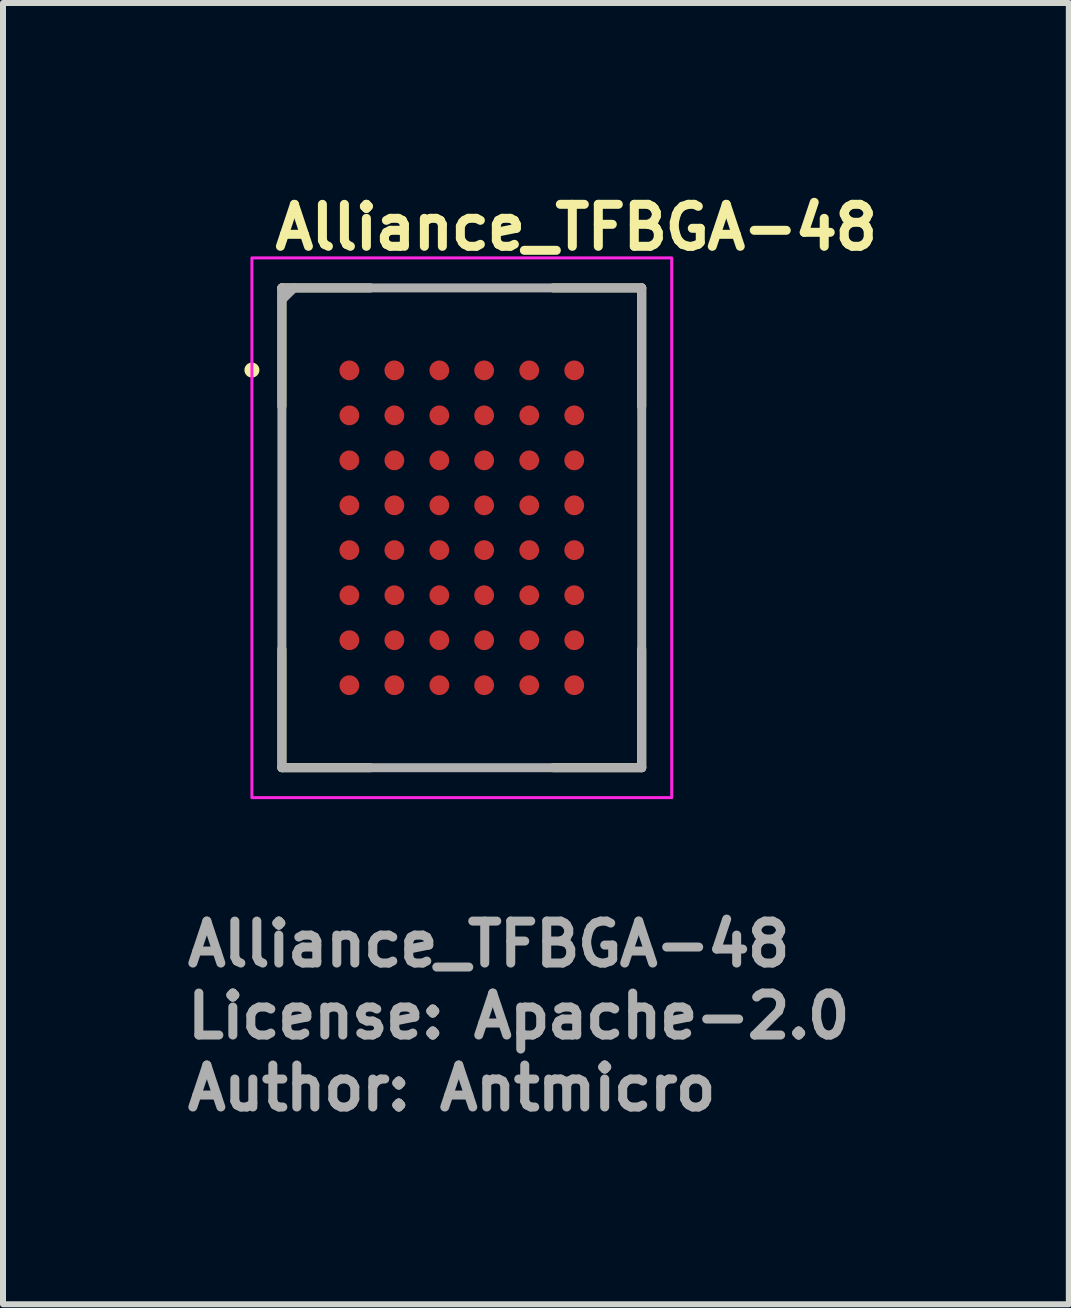
<source format=kicad_pcb>
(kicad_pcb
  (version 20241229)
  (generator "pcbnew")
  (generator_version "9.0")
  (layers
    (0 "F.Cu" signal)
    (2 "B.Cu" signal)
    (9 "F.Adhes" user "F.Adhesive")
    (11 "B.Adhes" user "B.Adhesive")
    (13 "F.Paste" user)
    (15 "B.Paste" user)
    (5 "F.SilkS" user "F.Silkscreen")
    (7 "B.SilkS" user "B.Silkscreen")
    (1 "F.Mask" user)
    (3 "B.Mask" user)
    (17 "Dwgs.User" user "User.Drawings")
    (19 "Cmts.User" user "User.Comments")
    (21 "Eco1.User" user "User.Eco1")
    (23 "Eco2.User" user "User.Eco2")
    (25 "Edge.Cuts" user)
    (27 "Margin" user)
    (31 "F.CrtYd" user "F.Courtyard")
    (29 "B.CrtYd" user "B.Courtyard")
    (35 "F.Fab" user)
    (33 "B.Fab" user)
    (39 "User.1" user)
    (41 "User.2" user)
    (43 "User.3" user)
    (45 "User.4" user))
  (footprint "Alliance_TFBGA-48"
    (layer "F.Cu")
    (at 4.65 5.75)
    (property "Reference" "Alliance_TFBGA-48" (at -3.19 -4.6 0) (layer "F.SilkS") (effects (font (size 0.7 0.7) (thickness 0.15)) (justify left bottom)))
    (attr smd)
    (fp_line (start -3 -4) (end -3 -2.025) (stroke (width 0.15) (type solid)) (layer "F.SilkS"))
    (fp_line (start -3 -4) (end -1.526 -4) (stroke (width 0.15) (type solid)) (layer "F.SilkS"))
    (fp_line (start -3 3.999) (end -3 2.023) (stroke (width 0.15) (type solid)) (layer "F.SilkS"))
    (fp_line (start -3 3.999) (end -1.526 3.999) (stroke (width 0.15) (type solid)) (layer "F.SilkS"))
    (fp_line (start 2.999 -4) (end 1.523 -4) (stroke (width 0.15) (type solid)) (layer "F.SilkS"))
    (fp_line (start 2.999 -4) (end 2.999 -2.025) (stroke (width 0.15) (type solid)) (layer "F.SilkS"))
    (fp_line (start 2.999 3.999) (end 1.523 3.999) (stroke (width 0.15) (type solid)) (layer "F.SilkS"))
    (fp_line (start 2.999 3.999) (end 2.999 2.023) (stroke (width 0.15) (type solid)) (layer "F.SilkS"))
    (fp_circle (center -3.5 -2.63) (end -3.45 -2.63) (stroke (width 0.15) (type solid)) (fill yes) (layer "F.SilkS"))
    (fp_rect (start -3.5 -4.5) (end 3.499 4.499) (stroke (width 0.05) (type solid)) (fill no) (layer "F.CrtYd"))
    (fp_line (start -3 -3.8) (end -2.8 -4) (stroke (width 0.15) (type solid)) (layer "F.Fab"))
    (fp_line (start -3 3.999) (end -3 -4) (stroke (width 0.15) (type solid)) (layer "F.Fab"))
    (fp_line (start 2.999 -4) (end -3 -4) (stroke (width 0.15) (type solid)) (layer "F.Fab"))
    (fp_line (start 2.999 3.999) (end -3 3.999) (stroke (width 0.15) (type solid)) (layer "F.Fab"))
    (fp_line (start 2.999 3.999) (end 2.999 -4) (stroke (width 0.15) (type solid)) (layer "F.Fab"))
    (fp_rect (start -3 -4) (end 2.999 3.999) (stroke (width 0.1) (type solid)) (fill no) (layer "User.5"))
    (fp_line (start -3 -3.963) (end -3 -3.962) (stroke (width 0.02) (type solid)) (layer "User.9"))
    (fp_line (start -3 -3.963) (end -3 -3.962) (stroke (width 0.02) (type solid)) (layer "User.9"))
    (fp_line (start -3 -3.962) (end -3 -3.959) (stroke (width 0.02) (type solid)) (layer "User.9"))
    (fp_line (start -3 -3.962) (end -3 -3.959) (stroke (width 0.02) (type solid)) (layer "User.9"))
    (fp_line (start -3 -3.959) (end -3 -3.956) (stroke (width 0.02) (type solid)) (layer "User.9"))
    (fp_line (start -3 -3.959) (end -3 -3.956) (stroke (width 0.02) (type solid)) (layer "User.9"))
    (fp_line (start -3 -3.956) (end -3 -3.954) (stroke (width 0.02) (type solid)) (layer "User.9"))
    (fp_line (start -3 -3.956) (end -3 -3.954) (stroke (width 0.02) (type solid)) (layer "User.9"))
    (fp_line (start -3 -3.954) (end -3 -3.951) (stroke (width 0.02) (type solid)) (layer "User.9"))
    (fp_line (start -3 -3.954) (end -3 -3.951) (stroke (width 0.02) (type solid)) (layer "User.9"))
    (fp_line (start -3 -3.951) (end -3 3.95) (stroke (width 0.02) (type solid)) (layer "User.9"))
    (fp_line (start -3 3.95) (end -3 -3.951) (stroke (width 0.02) (type solid)) (layer "User.9"))
    (fp_line (start -3 3.95) (end -3 3.951) (stroke (width 0.02) (type solid)) (layer "User.9"))
    (fp_line (start -3 3.951) (end -3 3.954) (stroke (width 0.02) (type solid)) (layer "User.9"))
    (fp_line (start -3 3.954) (end -3 3.957) (stroke (width 0.02) (type solid)) (layer "User.9"))
    (fp_line (start -3 3.957) (end -3 3.959) (stroke (width 0.02) (type solid)) (layer "User.9"))
    (fp_line (start -3 3.959) (end -3 3.962) (stroke (width 0.02) (type solid)) (layer "User.9"))
    (fp_line (start -3 3.962) (end -2.999 3.963) (stroke (width 0.02) (type solid)) (layer "User.9"))
    (fp_line (start -2.999 -3.966) (end -3 -3.963) (stroke (width 0.02) (type solid)) (layer "User.9"))
    (fp_line (start -2.999 -3.966) (end -3 -3.963) (stroke (width 0.02) (type solid)) (layer "User.9"))
    (fp_line (start -2.999 3.963) (end -2.997 3.966) (stroke (width 0.02) (type solid)) (layer "User.9"))
    (fp_line (start -2.997 -3.971) (end -2.997 -3.968) (stroke (width 0.02) (type solid)) (layer "User.9"))
    (fp_line (start -2.997 -3.971) (end -2.997 -3.968) (stroke (width 0.02) (type solid)) (layer "User.9"))
    (fp_line (start -2.997 -3.968) (end -2.999 -3.966) (stroke (width 0.02) (type solid)) (layer "User.9"))
    (fp_line (start -2.997 -3.968) (end -2.999 -3.966) (stroke (width 0.02) (type solid)) (layer "User.9"))
    (fp_line (start -2.997 3.966) (end -2.997 3.968) (stroke (width 0.02) (type solid)) (layer "User.9"))
    (fp_line (start -2.997 3.968) (end -2.996 3.971) (stroke (width 0.02) (type solid)) (layer "User.9"))
    (fp_line (start -2.996 -3.972) (end -2.997 -3.971) (stroke (width 0.02) (type solid)) (layer "User.9"))
    (fp_line (start -2.996 -3.972) (end -2.997 -3.971) (stroke (width 0.02) (type solid)) (layer "User.9"))
    (fp_line (start -2.996 3.971) (end -2.995 3.972) (stroke (width 0.02) (type solid)) (layer "User.9"))
    (fp_line (start -2.995 -3.975) (end -2.996 -3.972) (stroke (width 0.02) (type solid)) (layer "User.9"))
    (fp_line (start -2.995 -3.975) (end -2.996 -3.972) (stroke (width 0.02) (type solid)) (layer "User.9"))
    (fp_line (start -2.995 3.972) (end -2.993 3.975) (stroke (width 0.02) (type solid)) (layer "User.9"))
    (fp_line (start -2.993 -3.976) (end -2.995 -3.975) (stroke (width 0.02) (type solid)) (layer "User.9"))
    (fp_line (start -2.993 -3.976) (end -2.995 -3.975) (stroke (width 0.02) (type solid)) (layer "User.9"))
    (fp_line (start -2.993 3.975) (end -2.992 3.976) (stroke (width 0.02) (type solid)) (layer "User.9"))
    (fp_line (start -2.992 -3.98) (end -2.992 -3.979) (stroke (width 0.02) (type solid)) (layer "User.9"))
    (fp_line (start -2.992 -3.98) (end -2.992 -3.979) (stroke (width 0.02) (type solid)) (layer "User.9"))
    (fp_line (start -2.992 -3.979) (end -2.993 -3.976) (stroke (width 0.02) (type solid)) (layer "User.9"))
    (fp_line (start -2.992 -3.979) (end -2.993 -3.976) (stroke (width 0.02) (type solid)) (layer "User.9"))
    (fp_line (start -2.992 3.976) (end -2.992 3.979) (stroke (width 0.02) (type solid)) (layer "User.9"))
    (fp_line (start -2.992 3.979) (end -2.989 3.98) (stroke (width 0.02) (type solid)) (layer "User.9"))
    (fp_line (start -2.989 -3.983) (end -2.992 -3.98) (stroke (width 0.02) (type solid)) (layer "User.9"))
    (fp_line (start -2.989 -3.983) (end -2.992 -3.98) (stroke (width 0.02) (type solid)) (layer "User.9"))
    (fp_line (start -2.989 3.98) (end -2.988 3.983) (stroke (width 0.02) (type solid)) (layer "User.9"))
    (fp_line (start -2.988 -3.984) (end -2.989 -3.983) (stroke (width 0.02) (type solid)) (layer "User.9"))
    (fp_line (start -2.988 -3.984) (end -2.989 -3.983) (stroke (width 0.02) (type solid)) (layer "User.9"))
    (fp_line (start -2.988 3.983) (end -2.987 3.984) (stroke (width 0.02) (type solid)) (layer "User.9"))
    (fp_line (start -2.987 -3.987) (end -2.988 -3.984) (stroke (width 0.02) (type solid)) (layer "User.9"))
    (fp_line (start -2.987 -3.987) (end -2.988 -3.984) (stroke (width 0.02) (type solid)) (layer "User.9"))
    (fp_line (start -2.987 3.984) (end -2.984 3.987) (stroke (width 0.02) (type solid)) (layer "User.9"))
    (fp_line (start -2.984 -3.988) (end -2.987 -3.987) (stroke (width 0.02) (type solid)) (layer "User.9"))
    (fp_line (start -2.984 -3.988) (end -2.987 -3.987) (stroke (width 0.02) (type solid)) (layer "User.9"))
    (fp_line (start -2.984 3.987) (end -2.983 3.987) (stroke (width 0.02) (type solid)) (layer "User.9"))
    (fp_line (start -2.983 -3.989) (end -2.984 -3.988) (stroke (width 0.02) (type solid)) (layer "User.9"))
    (fp_line (start -2.983 -3.989) (end -2.984 -3.988) (stroke (width 0.02) (type solid)) (layer "User.9"))
    (fp_line (start -2.983 3.987) (end -2.98 3.99) (stroke (width 0.02) (type solid)) (layer "User.9"))
    (fp_line (start -2.98 -3.992) (end -2.983 -3.989) (stroke (width 0.02) (type solid)) (layer "User.9"))
    (fp_line (start -2.98 -3.992) (end -2.983 -3.989) (stroke (width 0.02) (type solid)) (layer "User.9"))
    (fp_line (start -2.98 3.99) (end -2.979 3.991) (stroke (width 0.02) (type solid)) (layer "User.9"))
    (fp_line (start -2.979 -3.992) (end -2.98 -3.992) (stroke (width 0.02) (type solid)) (layer "User.9"))
    (fp_line (start -2.979 -3.992) (end -2.98 -3.992) (stroke (width 0.02) (type solid)) (layer "User.9"))
    (fp_line (start -2.979 3.991) (end -2.976 3.991) (stroke (width 0.02) (type solid)) (layer "User.9"))
    (fp_line (start -2.976 -3.993) (end -2.979 -3.992) (stroke (width 0.02) (type solid)) (layer "User.9"))
    (fp_line (start -2.976 -3.993) (end -2.979 -3.992) (stroke (width 0.02) (type solid)) (layer "User.9"))
    (fp_line (start -2.976 3.991) (end -2.975 3.992) (stroke (width 0.02) (type solid)) (layer "User.9"))
    (fp_line (start -2.975 -3.995) (end -2.976 -3.993) (stroke (width 0.02) (type solid)) (layer "User.9"))
    (fp_line (start -2.975 -3.995) (end -2.976 -3.993) (stroke (width 0.02) (type solid)) (layer "User.9"))
    (fp_line (start -2.975 3.992) (end -2.972 3.995) (stroke (width 0.02) (type solid)) (layer "User.9"))
    (fp_line (start -2.972 -3.996) (end -2.975 -3.995) (stroke (width 0.02) (type solid)) (layer "User.9"))
    (fp_line (start -2.972 -3.996) (end -2.975 -3.995) (stroke (width 0.02) (type solid)) (layer "User.9"))
    (fp_line (start -2.972 3.995) (end -2.971 3.995) (stroke (width 0.02) (type solid)) (layer "User.9"))
    (fp_line (start -2.971 -3.997) (end -2.972 -3.996) (stroke (width 0.02) (type solid)) (layer "User.9"))
    (fp_line (start -2.971 -3.997) (end -2.972 -3.996) (stroke (width 0.02) (type solid)) (layer "User.9"))
    (fp_line (start -2.971 3.995) (end -2.968 3.995) (stroke (width 0.02) (type solid)) (layer "User.9"))
    (fp_line (start -2.968 -3.997) (end -2.971 -3.997) (stroke (width 0.02) (type solid)) (layer "User.9"))
    (fp_line (start -2.968 -3.997) (end -2.971 -3.997) (stroke (width 0.02) (type solid)) (layer "User.9"))
    (fp_line (start -2.968 3.995) (end -2.965 3.996) (stroke (width 0.02) (type solid)) (layer "User.9"))
    (fp_line (start -2.965 -3.999) (end -2.968 -3.997) (stroke (width 0.02) (type solid)) (layer "User.9"))
    (fp_line (start -2.965 -3.999) (end -2.968 -3.997) (stroke (width 0.02) (type solid)) (layer "User.9"))
    (fp_line (start -2.965 3.996) (end -2.964 3.998) (stroke (width 0.02) (type solid)) (layer "User.9"))
    (fp_line (start -2.964 -4) (end -2.965 -3.999) (stroke (width 0.02) (type solid)) (layer "User.9"))
    (fp_line (start -2.964 -4) (end -2.965 -3.999) (stroke (width 0.02) (type solid)) (layer "User.9"))
    (fp_line (start -2.964 3.998) (end -2.961 3.998) (stroke (width 0.02) (type solid)) (layer "User.9"))
    (fp_line (start -2.961 -4) (end -2.964 -4) (stroke (width 0.02) (type solid)) (layer "User.9"))
    (fp_line (start -2.961 -4) (end -2.964 -4) (stroke (width 0.02) (type solid)) (layer "User.9"))
    (fp_line (start -2.961 3.998) (end -2.959 3.999) (stroke (width 0.02) (type solid)) (layer "User.9"))
    (fp_line (start -2.959 -4) (end -2.961 -4) (stroke (width 0.02) (type solid)) (layer "User.9"))
    (fp_line (start -2.959 -4) (end -2.961 -4) (stroke (width 0.02) (type solid)) (layer "User.9"))
    (fp_line (start -2.959 3.999) (end -2.956 3.999) (stroke (width 0.02) (type solid)) (layer "User.9"))
    (fp_line (start -2.956 -4) (end -2.959 -4) (stroke (width 0.02) (type solid)) (layer "User.9"))
    (fp_line (start -2.956 -4) (end -2.959 -4) (stroke (width 0.02) (type solid)) (layer "User.9"))
    (fp_line (start -2.956 3.999) (end -2.953 3.999) (stroke (width 0.02) (type solid)) (layer "User.9"))
    (fp_line (start -2.953 -4) (end -2.956 -4) (stroke (width 0.02) (type solid)) (layer "User.9"))
    (fp_line (start -2.953 -4) (end -2.956 -4) (stroke (width 0.02) (type solid)) (layer "User.9"))
    (fp_line (start -2.953 3.999) (end -2.952 3.999) (stroke (width 0.02) (type solid)) (layer "User.9"))
    (fp_line (start -2.952 -4) (end -2.953 -4) (stroke (width 0.02) (type solid)) (layer "User.9"))
    (fp_line (start -2.952 -4) (end -2.953 -4) (stroke (width 0.02) (type solid)) (layer "User.9"))
    (fp_line (start -2.952 -4) (end 2.95 -4) (stroke (width 0.02) (type solid)) (layer "User.9"))
    (fp_line (start -2.301 -3.016) (end -2.299 -3.032) (stroke (width 0.02) (type solid)) (layer "User.9"))
    (fp_line (start -2.301 -3) (end -2.301 -3.016) (stroke (width 0.02) (type solid)) (layer "User.9"))
    (fp_line (start -2.301 -3) (end -2.301 -3) (stroke (width 0.02) (type solid)) (layer "User.9"))
    (fp_line (start -2.301 -2.985) (end -2.301 -3) (stroke (width 0.02) (type solid)) (layer "User.9"))
    (fp_line (start -2.299 -3.032) (end -2.298 -3.047) (stroke (width 0.02) (type solid)) (layer "User.9"))
    (fp_line (start -2.299 -2.971) (end -2.301 -2.985) (stroke (width 0.02) (type solid)) (layer "User.9"))
    (fp_line (start -2.298 -3.047) (end -2.294 -3.061) (stroke (width 0.02) (type solid)) (layer "User.9"))
    (fp_line (start -2.298 -2.956) (end -2.299 -2.971) (stroke (width 0.02) (type solid)) (layer "User.9"))
    (fp_line (start -2.294 -3.061) (end -2.291 -3.076) (stroke (width 0.02) (type solid)) (layer "User.9"))
    (fp_line (start -2.294 -2.94) (end -2.298 -2.956) (stroke (width 0.02) (type solid)) (layer "User.9"))
    (fp_line (start -2.291 -3.076) (end -2.287 -3.09) (stroke (width 0.02) (type solid)) (layer "User.9"))
    (fp_line (start -2.291 -2.927) (end -2.294 -2.94) (stroke (width 0.02) (type solid)) (layer "User.9"))
    (fp_line (start -2.287 -3.09) (end -2.282 -3.105) (stroke (width 0.02) (type solid)) (layer "User.9"))
    (fp_line (start -2.287 -2.911) (end -2.291 -2.927) (stroke (width 0.02) (type solid)) (layer "User.9"))
    (fp_line (start -2.282 -3.105) (end -2.278 -3.117) (stroke (width 0.02) (type solid)) (layer "User.9"))
    (fp_line (start -2.282 -2.898) (end -2.287 -2.911) (stroke (width 0.02) (type solid)) (layer "User.9"))
    (fp_line (start -2.278 -3.117) (end -2.271 -3.132) (stroke (width 0.02) (type solid)) (layer "User.9"))
    (fp_line (start -2.278 -2.884) (end -2.282 -2.898) (stroke (width 0.02) (type solid)) (layer "User.9"))
    (fp_line (start -2.271 -3.132) (end -2.265 -3.144) (stroke (width 0.02) (type solid)) (layer "User.9"))
    (fp_line (start -2.271 -2.871) (end -2.278 -2.884) (stroke (width 0.02) (type solid)) (layer "User.9"))
    (fp_line (start -2.265 -3.144) (end -2.258 -3.157) (stroke (width 0.02) (type solid)) (layer "User.9"))
    (fp_line (start -2.265 -2.859) (end -2.271 -2.871) (stroke (width 0.02) (type solid)) (layer "User.9"))
    (fp_line (start -2.258 -3.157) (end -2.25 -3.169) (stroke (width 0.02) (type solid)) (layer "User.9"))
    (fp_line (start -2.258 -2.846) (end -2.265 -2.859) (stroke (width 0.02) (type solid)) (layer "User.9"))
    (fp_line (start -2.25 -3.169) (end -2.242 -3.181) (stroke (width 0.02) (type solid)) (layer "User.9"))
    (fp_line (start -2.25 -3.017) (end -2.25 -3) (stroke (width 0.02) (type solid)) (layer "User.9"))
    (fp_line (start -2.25 -3) (end -2.25 -2.984) (stroke (width 0.02) (type solid)) (layer "User.9"))
    (fp_line (start -2.25 -2.984) (end -2.249 -2.968) (stroke (width 0.02) (type solid)) (layer "User.9"))
    (fp_line (start -2.25 -2.834) (end -2.258 -2.846) (stroke (width 0.02) (type solid)) (layer "User.9"))
    (fp_line (start -2.249 -3.033) (end -2.25 -3.017) (stroke (width 0.02) (type solid)) (layer "User.9"))
    (fp_line (start -2.249 -2.968) (end -2.246 -2.952) (stroke (width 0.02) (type solid)) (layer "User.9"))
    (fp_line (start -2.246 -3.049) (end -2.249 -3.033) (stroke (width 0.02) (type solid)) (layer "User.9"))
    (fp_line (start -2.246 -2.952) (end -2.242 -2.936) (stroke (width 0.02) (type solid)) (layer "User.9"))
    (fp_line (start -2.242 -3.181) (end -2.233 -3.192) (stroke (width 0.02) (type solid)) (layer "User.9"))
    (fp_line (start -2.242 -3.065) (end -2.246 -3.049) (stroke (width 0.02) (type solid)) (layer "User.9"))
    (fp_line (start -2.242 -2.936) (end -2.238 -2.922) (stroke (width 0.02) (type solid)) (layer "User.9"))
    (fp_line (start -2.242 -2.822) (end -2.25 -2.834) (stroke (width 0.02) (type solid)) (layer "User.9"))
    (fp_line (start -2.238 -3.081) (end -2.242 -3.065) (stroke (width 0.02) (type solid)) (layer "User.9"))
    (fp_line (start -2.238 -2.922) (end -2.233 -2.906) (stroke (width 0.02) (type solid)) (layer "User.9"))
    (fp_line (start -2.233 -3.192) (end -2.222 -3.202) (stroke (width 0.02) (type solid)) (layer "User.9"))
    (fp_line (start -2.233 -3.097) (end -2.238 -3.081) (stroke (width 0.02) (type solid)) (layer "User.9"))
    (fp_line (start -2.233 -2.906) (end -2.226 -2.891) (stroke (width 0.02) (type solid)) (layer "User.9"))
    (fp_line (start -2.233 -2.81) (end -2.242 -2.822) (stroke (width 0.02) (type solid)) (layer "User.9"))
    (fp_line (start -2.226 -3.112) (end -2.233 -3.097) (stroke (width 0.02) (type solid)) (layer "User.9"))
    (fp_line (start -2.226 -2.891) (end -2.218 -2.875) (stroke (width 0.02) (type solid)) (layer "User.9"))
    (fp_line (start -2.222 -3.202) (end -2.214 -3.214) (stroke (width 0.02) (type solid)) (layer "User.9"))
    (fp_line (start -2.222 -2.799) (end -2.233 -2.81) (stroke (width 0.02) (type solid)) (layer "User.9"))
    (fp_line (start -2.218 -3.125) (end -2.226 -3.112) (stroke (width 0.02) (type solid)) (layer "User.9"))
    (fp_line (start -2.218 -3.125) (end -2.218 -3.125) (stroke (width 0.02) (type solid)) (layer "User.9"))
    (fp_line (start -2.218 -2.875) (end -2.218 -2.875) (stroke (width 0.02) (type solid)) (layer "User.9"))
    (fp_line (start -2.218 -2.875) (end -2.214 -2.868) (stroke (width 0.02) (type solid)) (layer "User.9"))
    (fp_line (start -2.214 -3.214) (end -2.202 -3.223) (stroke (width 0.02) (type solid)) (layer "User.9"))
    (fp_line (start -2.214 -2.868) (end -2.209 -2.862) (stroke (width 0.02) (type solid)) (layer "User.9"))
    (fp_line (start -2.214 -2.789) (end -2.222 -2.799) (stroke (width 0.02) (type solid)) (layer "User.9"))
    (fp_line (start -2.209 -3.141) (end -2.218 -3.125) (stroke (width 0.02) (type solid)) (layer "User.9"))
    (fp_line (start -2.209 -2.862) (end -2.203 -2.855) (stroke (width 0.02) (type solid)) (layer "User.9"))
    (fp_line (start -2.203 -2.855) (end -2.199 -2.848) (stroke (width 0.02) (type solid)) (layer "User.9"))
    (fp_line (start -2.202 -3.223) (end -2.191 -3.233) (stroke (width 0.02) (type solid)) (layer "User.9"))
    (fp_line (start -2.202 -2.778) (end -2.214 -2.789) (stroke (width 0.02) (type solid)) (layer "User.9"))
    (fp_line (start -2.199 -3.153) (end -2.209 -3.141) (stroke (width 0.02) (type solid)) (layer "User.9"))
    (fp_line (start -2.199 -2.848) (end -2.194 -2.842) (stroke (width 0.02) (type solid)) (layer "User.9"))
    (fp_line (start -2.194 -2.842) (end -2.189 -2.835) (stroke (width 0.02) (type solid)) (layer "User.9"))
    (fp_line (start -2.191 -3.233) (end -2.181 -3.242) (stroke (width 0.02) (type solid)) (layer "User.9"))
    (fp_line (start -2.191 -2.77) (end -2.202 -2.778) (stroke (width 0.02) (type solid)) (layer "User.9"))
    (fp_line (start -2.189 -3.166) (end -2.199 -3.153) (stroke (width 0.02) (type solid)) (layer "User.9"))
    (fp_line (start -2.189 -2.835) (end -2.183 -2.83) (stroke (width 0.02) (type solid)) (layer "User.9"))
    (fp_line (start -2.183 -2.83) (end -2.178 -2.823) (stroke (width 0.02) (type solid)) (layer "User.9"))
    (fp_line (start -2.181 -3.242) (end -2.169 -3.25) (stroke (width 0.02) (type solid)) (layer "User.9"))
    (fp_line (start -2.181 -2.761) (end -2.191 -2.77) (stroke (width 0.02) (type solid)) (layer "User.9"))
    (fp_line (start -2.178 -3.178) (end -2.189 -3.166) (stroke (width 0.02) (type solid)) (layer "User.9"))
    (fp_line (start -2.178 -2.823) (end -2.172 -2.819) (stroke (width 0.02) (type solid)) (layer "User.9"))
    (fp_line (start -2.172 -2.819) (end -2.165 -2.813) (stroke (width 0.02) (type solid)) (layer "User.9"))
    (fp_line (start -2.169 -3.25) (end -2.157 -3.258) (stroke (width 0.02) (type solid)) (layer "User.9"))
    (fp_line (start -2.169 -2.753) (end -2.181 -2.761) (stroke (width 0.02) (type solid)) (layer "User.9"))
    (fp_line (start -2.165 -3.189) (end -2.178 -3.178) (stroke (width 0.02) (type solid)) (layer "User.9"))
    (fp_line (start -2.165 -2.813) (end -2.16 -2.807) (stroke (width 0.02) (type solid)) (layer "User.9"))
    (fp_line (start -2.16 -2.807) (end -2.153 -2.802) (stroke (width 0.02) (type solid)) (layer "User.9"))
    (fp_line (start -2.157 -3.258) (end -2.144 -3.265) (stroke (width 0.02) (type solid)) (layer "User.9"))
    (fp_line (start -2.157 -2.745) (end -2.169 -2.753) (stroke (width 0.02) (type solid)) (layer "User.9"))
    (fp_line (start -2.153 -3.2) (end -2.165 -3.189) (stroke (width 0.02) (type solid)) (layer "User.9"))
    (fp_line (start -2.153 -2.802) (end -2.146 -2.798) (stroke (width 0.02) (type solid)) (layer "User.9"))
    (fp_line (start -2.146 -2.798) (end -2.14 -2.794) (stroke (width 0.02) (type solid)) (layer "User.9"))
    (fp_line (start -2.144 -3.265) (end -2.132 -3.271) (stroke (width 0.02) (type solid)) (layer "User.9"))
    (fp_line (start -2.144 -2.738) (end -2.157 -2.745) (stroke (width 0.02) (type solid)) (layer "User.9"))
    (fp_line (start -2.14 -3.209) (end -2.153 -3.2) (stroke (width 0.02) (type solid)) (layer "User.9"))
    (fp_line (start -2.14 -2.794) (end -2.133 -2.789) (stroke (width 0.02) (type solid)) (layer "User.9"))
    (fp_line (start -2.133 -2.789) (end -2.125 -2.785) (stroke (width 0.02) (type solid)) (layer "User.9"))
    (fp_line (start -2.132 -3.271) (end -2.117 -3.278) (stroke (width 0.02) (type solid)) (layer "User.9"))
    (fp_line (start -2.132 -2.73) (end -2.144 -2.738) (stroke (width 0.02) (type solid)) (layer "User.9"))
    (fp_line (start -2.125 -3.218) (end -2.14 -3.209) (stroke (width 0.02) (type solid)) (layer "User.9"))
    (fp_line (start -2.125 -2.785) (end -2.118 -2.781) (stroke (width 0.02) (type solid)) (layer "User.9"))
    (fp_line (start -2.118 -2.781) (end -2.112 -2.777) (stroke (width 0.02) (type solid)) (layer "User.9"))
    (fp_line (start -2.117 -3.278) (end -2.105 -3.282) (stroke (width 0.02) (type solid)) (layer "User.9"))
    (fp_line (start -2.117 -2.725) (end -2.132 -2.73) (stroke (width 0.02) (type solid)) (layer "User.9"))
    (fp_line (start -2.112 -3.226) (end -2.125 -3.218) (stroke (width 0.02) (type solid)) (layer "User.9"))
    (fp_line (start -2.112 -2.777) (end -2.105 -2.774) (stroke (width 0.02) (type solid)) (layer "User.9"))
    (fp_line (start -2.105 -3.282) (end -2.09 -3.287) (stroke (width 0.02) (type solid)) (layer "User.9"))
    (fp_line (start -2.105 -2.774) (end -2.097 -2.77) (stroke (width 0.02) (type solid)) (layer "User.9"))
    (fp_line (start -2.105 -2.719) (end -2.117 -2.725) (stroke (width 0.02) (type solid)) (layer "User.9"))
    (fp_line (start -2.097 -3.231) (end -2.112 -3.226) (stroke (width 0.02) (type solid)) (layer "User.9"))
    (fp_line (start -2.097 -2.77) (end -2.089 -2.767) (stroke (width 0.02) (type solid)) (layer "User.9"))
    (fp_line (start -2.09 -3.287) (end -2.076 -3.291) (stroke (width 0.02) (type solid)) (layer "User.9"))
    (fp_line (start -2.09 -2.714) (end -2.105 -2.719) (stroke (width 0.02) (type solid)) (layer "User.9"))
    (fp_line (start -2.089 -2.767) (end -2.081 -2.765) (stroke (width 0.02) (type solid)) (layer "User.9"))
    (fp_line (start -2.081 -3.238) (end -2.097 -3.231) (stroke (width 0.02) (type solid)) (layer "User.9"))
    (fp_line (start -2.081 -2.765) (end -2.074 -2.762) (stroke (width 0.02) (type solid)) (layer "User.9"))
    (fp_line (start -2.076 -3.291) (end -2.061 -3.294) (stroke (width 0.02) (type solid)) (layer "User.9"))
    (fp_line (start -2.076 -2.71) (end -2.09 -2.714) (stroke (width 0.02) (type solid)) (layer "User.9"))
    (fp_line (start -2.074 -2.762) (end -2.066 -2.759) (stroke (width 0.02) (type solid)) (layer "User.9"))
    (fp_line (start -2.066 -3.242) (end -2.081 -3.238) (stroke (width 0.02) (type solid)) (layer "User.9"))
    (fp_line (start -2.066 -2.759) (end -2.058 -2.758) (stroke (width 0.02) (type solid)) (layer "User.9"))
    (fp_line (start -2.061 -3.294) (end -2.047 -3.298) (stroke (width 0.02) (type solid)) (layer "User.9"))
    (fp_line (start -2.061 -2.707) (end -2.076 -2.71) (stroke (width 0.02) (type solid)) (layer "User.9"))
    (fp_line (start -2.058 -2.758) (end -2.05 -2.755) (stroke (width 0.02) (type solid)) (layer "User.9"))
    (fp_line (start -2.05 -3.246) (end -2.066 -3.242) (stroke (width 0.02) (type solid)) (layer "User.9"))
    (fp_line (start -2.05 -2.755) (end -2.043 -2.754) (stroke (width 0.02) (type solid)) (layer "User.9"))
    (fp_line (start -2.047 -3.298) (end -2.032 -3.299) (stroke (width 0.02) (type solid)) (layer "User.9"))
    (fp_line (start -2.047 -2.705) (end -2.061 -2.707) (stroke (width 0.02) (type solid)) (layer "User.9"))
    (fp_line (start -2.043 -2.754) (end -2.035 -2.754) (stroke (width 0.02) (type solid)) (layer "User.9"))
    (fp_line (start -2.035 -3.249) (end -2.05 -3.246) (stroke (width 0.02) (type solid)) (layer "User.9"))
    (fp_line (start -2.035 -2.754) (end -2.025 -2.753) (stroke (width 0.02) (type solid)) (layer "User.9"))
    (fp_line (start -2.032 -3.299) (end -2.016 -3.301) (stroke (width 0.02) (type solid)) (layer "User.9"))
    (fp_line (start -2.032 -2.702) (end -2.047 -2.705) (stroke (width 0.02) (type solid)) (layer "User.9"))
    (fp_line (start -2.025 -2.753) (end -2.017 -2.751) (stroke (width 0.02) (type solid)) (layer "User.9"))
    (fp_line (start -2.017 -3.25) (end -2.035 -3.249) (stroke (width 0.02) (type solid)) (layer "User.9"))
    (fp_line (start -2.017 -2.751) (end -2.009 -2.751) (stroke (width 0.02) (type solid)) (layer "User.9"))
    (fp_line (start -2.016 -3.301) (end -2.001 -3.301) (stroke (width 0.02) (type solid)) (layer "User.9"))
    (fp_line (start -2.016 -2.702) (end -2.032 -2.702) (stroke (width 0.02) (type solid)) (layer "User.9"))
    (fp_line (start -2.009 -2.751) (end -2 -2.75) (stroke (width 0.02) (type solid)) (layer "User.9"))
    (fp_line (start -2 -3.301) (end -1.986 -3.301) (stroke (width 0.02) (type solid)) (layer "User.9"))
    (fp_line (start -2 -3.25) (end -2.017 -3.25) (stroke (width 0.02) (type solid)) (layer "User.9"))
    (fp_line (start -2 -2.75) (end -1.984 -2.751) (stroke (width 0.02) (type solid)) (layer "User.9"))
    (fp_line (start -2 -2.702) (end -2.016 -2.702) (stroke (width 0.02) (type solid)) (layer "User.9"))
    (fp_line (start -1.992 -3.25) (end -2 -3.25) (stroke (width 0.02) (type solid)) (layer "User.9"))
    (fp_line (start -1.986 -3.301) (end -1.97 -3.299) (stroke (width 0.02) (type solid)) (layer "User.9"))
    (fp_line (start -1.986 -2.702) (end -2 -2.702) (stroke (width 0.02) (type solid)) (layer "User.9"))
    (fp_line (start -1.984 -3.25) (end -1.992 -3.25) (stroke (width 0.02) (type solid)) (layer "User.9"))
    (fp_line (start -1.984 -2.751) (end -1.968 -2.754) (stroke (width 0.02) (type solid)) (layer "User.9"))
    (fp_line (start -1.976 -3.25) (end -1.984 -3.25) (stroke (width 0.02) (type solid)) (layer "User.9"))
    (fp_line (start -1.97 -3.299) (end -1.956 -3.298) (stroke (width 0.02) (type solid)) (layer "User.9"))
    (fp_line (start -1.97 -2.702) (end -1.986 -2.702) (stroke (width 0.02) (type solid)) (layer "User.9"))
    (fp_line (start -1.968 -3.249) (end -1.976 -3.25) (stroke (width 0.02) (type solid)) (layer "User.9"))
    (fp_line (start -1.968 -2.754) (end -1.952 -2.755) (stroke (width 0.02) (type solid)) (layer "User.9"))
    (fp_line (start -1.96 -3.247) (end -1.968 -3.249) (stroke (width 0.02) (type solid)) (layer "User.9"))
    (fp_line (start -1.956 -3.298) (end -1.94 -3.294) (stroke (width 0.02) (type solid)) (layer "User.9"))
    (fp_line (start -1.956 -2.705) (end -1.97 -2.702) (stroke (width 0.02) (type solid)) (layer "User.9"))
    (fp_line (start -1.952 -3.246) (end -1.96 -3.247) (stroke (width 0.02) (type solid)) (layer "User.9"))
    (fp_line (start -1.952 -2.755) (end -1.936 -2.759) (stroke (width 0.02) (type solid)) (layer "User.9"))
    (fp_line (start -1.944 -3.245) (end -1.952 -3.246) (stroke (width 0.02) (type solid)) (layer "User.9"))
    (fp_line (start -1.94 -3.294) (end -1.926 -3.291) (stroke (width 0.02) (type solid)) (layer "User.9"))
    (fp_line (start -1.94 -2.707) (end -1.956 -2.705) (stroke (width 0.02) (type solid)) (layer "User.9"))
    (fp_line (start -1.936 -3.242) (end -1.944 -3.245) (stroke (width 0.02) (type solid)) (layer "User.9"))
    (fp_line (start -1.936 -2.759) (end -1.92 -2.765) (stroke (width 0.02) (type solid)) (layer "User.9"))
    (fp_line (start -1.928 -3.241) (end -1.936 -3.242) (stroke (width 0.02) (type solid)) (layer "User.9"))
    (fp_line (start -1.926 -3.291) (end -1.911 -3.287) (stroke (width 0.02) (type solid)) (layer "User.9"))
    (fp_line (start -1.926 -2.71) (end -1.94 -2.707) (stroke (width 0.02) (type solid)) (layer "User.9"))
    (fp_line (start -1.92 -3.238) (end -1.928 -3.241) (stroke (width 0.02) (type solid)) (layer "User.9"))
    (fp_line (start -1.92 -2.765) (end -1.905 -2.77) (stroke (width 0.02) (type solid)) (layer "User.9"))
    (fp_line (start -1.913 -3.234) (end -1.92 -3.238) (stroke (width 0.02) (type solid)) (layer "User.9"))
    (fp_line (start -1.911 -3.287) (end -1.897 -3.282) (stroke (width 0.02) (type solid)) (layer "User.9"))
    (fp_line (start -1.911 -2.714) (end -1.926 -2.71) (stroke (width 0.02) (type solid)) (layer "User.9"))
    (fp_line (start -1.905 -3.231) (end -1.913 -3.234) (stroke (width 0.02) (type solid)) (layer "User.9"))
    (fp_line (start -1.905 -2.77) (end -1.891 -2.777) (stroke (width 0.02) (type solid)) (layer "User.9"))
    (fp_line (start -1.897 -3.282) (end -1.885 -3.278) (stroke (width 0.02) (type solid)) (layer "User.9"))
    (fp_line (start -1.897 -3.229) (end -1.905 -3.231) (stroke (width 0.02) (type solid)) (layer "User.9"))
    (fp_line (start -1.897 -2.719) (end -1.911 -2.714) (stroke (width 0.02) (type solid)) (layer "User.9"))
    (fp_line (start -1.891 -3.226) (end -1.897 -3.229) (stroke (width 0.02) (type solid)) (layer "User.9"))
    (fp_line (start -1.891 -2.777) (end -1.875 -2.785) (stroke (width 0.02) (type solid)) (layer "User.9"))
    (fp_line (start -1.885 -3.278) (end -1.871 -3.271) (stroke (width 0.02) (type solid)) (layer "User.9"))
    (fp_line (start -1.885 -2.725) (end -1.897 -2.719) (stroke (width 0.02) (type solid)) (layer "User.9"))
    (fp_line (start -1.883 -3.222) (end -1.891 -3.226) (stroke (width 0.02) (type solid)) (layer "User.9"))
    (fp_line (start -1.875 -3.218) (end -1.883 -3.222) (stroke (width 0.02) (type solid)) (layer "User.9"))
    (fp_line (start -1.875 -2.785) (end -1.863 -2.794) (stroke (width 0.02) (type solid)) (layer "User.9"))
    (fp_line (start -1.871 -3.271) (end -1.859 -3.265) (stroke (width 0.02) (type solid)) (layer "User.9"))
    (fp_line (start -1.871 -2.73) (end -1.885 -2.725) (stroke (width 0.02) (type solid)) (layer "User.9"))
    (fp_line (start -1.869 -3.214) (end -1.875 -3.218) (stroke (width 0.02) (type solid)) (layer "User.9"))
    (fp_line (start -1.863 -3.209) (end -1.869 -3.214) (stroke (width 0.02) (type solid)) (layer "User.9"))
    (fp_line (start -1.863 -2.794) (end -1.849 -2.802) (stroke (width 0.02) (type solid)) (layer "User.9"))
    (fp_line (start -1.859 -3.265) (end -1.845 -3.258) (stroke (width 0.02) (type solid)) (layer "User.9"))
    (fp_line (start -1.859 -2.738) (end -1.871 -2.73) (stroke (width 0.02) (type solid)) (layer "User.9"))
    (fp_line (start -1.855 -3.205) (end -1.863 -3.209) (stroke (width 0.02) (type solid)) (layer "User.9"))
    (fp_line (start -1.849 -3.2) (end -1.855 -3.205) (stroke (width 0.02) (type solid)) (layer "User.9"))
    (fp_line (start -1.849 -2.802) (end -1.837 -2.813) (stroke (width 0.02) (type solid)) (layer "User.9"))
    (fp_line (start -1.845 -3.258) (end -1.833 -3.25) (stroke (width 0.02) (type solid)) (layer "User.9"))
    (fp_line (start -1.845 -2.745) (end -1.859 -2.738) (stroke (width 0.02) (type solid)) (layer "User.9"))
    (fp_line (start -1.843 -3.194) (end -1.849 -3.2) (stroke (width 0.02) (type solid)) (layer "User.9"))
    (fp_line (start -1.837 -3.189) (end -1.843 -3.194) (stroke (width 0.02) (type solid)) (layer "User.9"))
    (fp_line (start -1.837 -2.813) (end -1.825 -2.823) (stroke (width 0.02) (type solid)) (layer "User.9"))
    (fp_line (start -1.833 -3.25) (end -1.821 -3.242) (stroke (width 0.02) (type solid)) (layer "User.9"))
    (fp_line (start -1.833 -2.753) (end -1.845 -2.745) (stroke (width 0.02) (type solid)) (layer "User.9"))
    (fp_line (start -1.831 -3.184) (end -1.837 -3.189) (stroke (width 0.02) (type solid)) (layer "User.9"))
    (fp_line (start -1.825 -3.178) (end -1.831 -3.184) (stroke (width 0.02) (type solid)) (layer "User.9"))
    (fp_line (start -1.825 -2.823) (end -1.813 -2.835) (stroke (width 0.02) (type solid)) (layer "User.9"))
    (fp_line (start -1.821 -3.242) (end -1.811 -3.233) (stroke (width 0.02) (type solid)) (layer "User.9"))
    (fp_line (start -1.821 -2.761) (end -1.833 -2.753) (stroke (width 0.02) (type solid)) (layer "User.9"))
    (fp_line (start -1.819 -3.173) (end -1.825 -3.178) (stroke (width 0.02) (type solid)) (layer "User.9"))
    (fp_line (start -1.813 -3.166) (end -1.819 -3.173) (stroke (width 0.02) (type solid)) (layer "User.9"))
    (fp_line (start -1.813 -2.835) (end -1.803 -2.848) (stroke (width 0.02) (type solid)) (layer "User.9"))
    (fp_line (start -1.811 -3.233) (end -1.799 -3.223) (stroke (width 0.02) (type solid)) (layer "User.9"))
    (fp_line (start -1.811 -2.77) (end -1.821 -2.761) (stroke (width 0.02) (type solid)) (layer "User.9"))
    (fp_line (start -1.809 -3.161) (end -1.813 -3.166) (stroke (width 0.02) (type solid)) (layer "User.9"))
    (fp_line (start -1.803 -3.153) (end -1.809 -3.161) (stroke (width 0.02) (type solid)) (layer "User.9"))
    (fp_line (start -1.803 -2.848) (end -1.793 -2.862) (stroke (width 0.02) (type solid)) (layer "User.9"))
    (fp_line (start -1.799 -3.223) (end -1.788 -3.214) (stroke (width 0.02) (type solid)) (layer "User.9"))
    (fp_line (start -1.799 -3.146) (end -1.803 -3.153) (stroke (width 0.02) (type solid)) (layer "User.9"))
    (fp_line (start -1.799 -2.778) (end -1.811 -2.77) (stroke (width 0.02) (type solid)) (layer "User.9"))
    (fp_line (start -1.793 -3.141) (end -1.799 -3.146) (stroke (width 0.02) (type solid)) (layer "User.9"))
    (fp_line (start -1.793 -2.862) (end -1.784 -2.875) (stroke (width 0.02) (type solid)) (layer "User.9"))
    (fp_line (start -1.788 -3.214) (end -1.78 -3.202) (stroke (width 0.02) (type solid)) (layer "User.9"))
    (fp_line (start -1.788 -3.133) (end -1.793 -3.141) (stroke (width 0.02) (type solid)) (layer "User.9"))
    (fp_line (start -1.788 -2.789) (end -1.799 -2.778) (stroke (width 0.02) (type solid)) (layer "User.9"))
    (fp_line (start -1.784 -3.125) (end -1.788 -3.133) (stroke (width 0.02) (type solid)) (layer "User.9"))
    (fp_line (start -1.784 -3.125) (end -1.784 -3.125) (stroke (width 0.02) (type solid)) (layer "User.9"))
    (fp_line (start -1.784 -2.875) (end -1.784 -2.875) (stroke (width 0.02) (type solid)) (layer "User.9"))
    (fp_line (start -1.784 -2.875) (end -1.776 -2.891) (stroke (width 0.02) (type solid)) (layer "User.9"))
    (fp_line (start -1.78 -3.202) (end -1.77 -3.192) (stroke (width 0.02) (type solid)) (layer "User.9"))
    (fp_line (start -1.78 -2.799) (end -1.788 -2.789) (stroke (width 0.02) (type solid)) (layer "User.9"))
    (fp_line (start -1.776 -3.112) (end -1.784 -3.125) (stroke (width 0.02) (type solid)) (layer "User.9"))
    (fp_line (start -1.776 -2.891) (end -1.77 -2.906) (stroke (width 0.02) (type solid)) (layer "User.9"))
    (fp_line (start -1.77 -3.192) (end -1.76 -3.181) (stroke (width 0.02) (type solid)) (layer "User.9"))
    (fp_line (start -1.77 -3.097) (end -1.776 -3.112) (stroke (width 0.02) (type solid)) (layer "User.9"))
    (fp_line (start -1.77 -2.906) (end -1.764 -2.922) (stroke (width 0.02) (type solid)) (layer "User.9"))
    (fp_line (start -1.77 -2.81) (end -1.78 -2.799) (stroke (width 0.02) (type solid)) (layer "User.9"))
    (fp_line (start -1.764 -3.081) (end -1.77 -3.097) (stroke (width 0.02) (type solid)) (layer "User.9"))
    (fp_line (start -1.764 -2.922) (end -1.76 -2.936) (stroke (width 0.02) (type solid)) (layer "User.9"))
    (fp_line (start -1.76 -3.181) (end -1.752 -3.169) (stroke (width 0.02) (type solid)) (layer "User.9"))
    (fp_line (start -1.76 -3.065) (end -1.764 -3.081) (stroke (width 0.02) (type solid)) (layer "User.9"))
    (fp_line (start -1.76 -2.936) (end -1.756 -2.952) (stroke (width 0.02) (type solid)) (layer "User.9"))
    (fp_line (start -1.76 -2.822) (end -1.77 -2.81) (stroke (width 0.02) (type solid)) (layer "User.9"))
    (fp_line (start -1.756 -3.049) (end -1.76 -3.065) (stroke (width 0.02) (type solid)) (layer "User.9"))
    (fp_line (start -1.756 -2.952) (end -1.754 -2.968) (stroke (width 0.02) (type solid)) (layer "User.9"))
    (fp_line (start -1.754 -3.033) (end -1.756 -3.049) (stroke (width 0.02) (type solid)) (layer "User.9"))
    (fp_line (start -1.754 -2.968) (end -1.752 -2.984) (stroke (width 0.02) (type solid)) (layer "User.9"))
    (fp_line (start -1.752 -3.169) (end -1.744 -3.157) (stroke (width 0.02) (type solid)) (layer "User.9"))
    (fp_line (start -1.752 -3.017) (end -1.754 -3.033) (stroke (width 0.02) (type solid)) (layer "User.9"))
    (fp_line (start -1.752 -2.984) (end -1.75 -3) (stroke (width 0.02) (type solid)) (layer "User.9"))
    (fp_line (start -1.752 -2.834) (end -1.76 -2.822) (stroke (width 0.02) (type solid)) (layer "User.9"))
    (fp_line (start -1.75 -3) (end -1.752 -3.017) (stroke (width 0.02) (type solid)) (layer "User.9"))
    (fp_line (start -1.744 -3.157) (end -1.738 -3.144) (stroke (width 0.02) (type solid)) (layer "User.9"))
    (fp_line (start -1.744 -2.846) (end -1.752 -2.834) (stroke (width 0.02) (type solid)) (layer "User.9"))
    (fp_line (start -1.738 -3.144) (end -1.73 -3.132) (stroke (width 0.02) (type solid)) (layer "User.9"))
    (fp_line (start -1.738 -2.859) (end -1.744 -2.846) (stroke (width 0.02) (type solid)) (layer "User.9"))
    (fp_line (start -1.73 -3.132) (end -1.724 -3.117) (stroke (width 0.02) (type solid)) (layer "User.9"))
    (fp_line (start -1.73 -2.871) (end -1.738 -2.859) (stroke (width 0.02) (type solid)) (layer "User.9"))
    (fp_line (start -1.724 -3.117) (end -1.72 -3.105) (stroke (width 0.02) (type solid)) (layer "User.9"))
    (fp_line (start -1.724 -2.884) (end -1.73 -2.871) (stroke (width 0.02) (type solid)) (layer "User.9"))
    (fp_line (start -1.72 -3.105) (end -1.714 -3.09) (stroke (width 0.02) (type solid)) (layer "User.9"))
    (fp_line (start -1.72 -2.898) (end -1.724 -2.884) (stroke (width 0.02) (type solid)) (layer "User.9"))
    (fp_line (start -1.714 -3.09) (end -1.71 -3.076) (stroke (width 0.02) (type solid)) (layer "User.9"))
    (fp_line (start -1.714 -2.911) (end -1.72 -2.898) (stroke (width 0.02) (type solid)) (layer "User.9"))
    (fp_line (start -1.71 -3.076) (end -1.708 -3.061) (stroke (width 0.02) (type solid)) (layer "User.9"))
    (fp_line (start -1.71 -2.927) (end -1.714 -2.911) (stroke (width 0.02) (type solid)) (layer "User.9"))
    (fp_line (start -1.708 -3.061) (end -1.704 -3.047) (stroke (width 0.02) (type solid)) (layer "User.9"))
    (fp_line (start -1.708 -2.94) (end -1.71 -2.927) (stroke (width 0.02) (type solid)) (layer "User.9"))
    (fp_line (start -1.704 -3.047) (end -1.702 -3.032) (stroke (width 0.02) (type solid)) (layer "User.9"))
    (fp_line (start -1.704 -2.956) (end -1.708 -2.94) (stroke (width 0.02) (type solid)) (layer "User.9"))
    (fp_line (start -1.702 -3.032) (end -1.702 -3.016) (stroke (width 0.02) (type solid)) (layer "User.9"))
    (fp_line (start -1.702 -3.016) (end -1.702 -3.001) (stroke (width 0.02) (type solid)) (layer "User.9"))
    (fp_line (start -1.702 -3.001) (end -1.702 -3.001) (stroke (width 0.02) (type solid)) (layer "User.9"))
    (fp_line (start -1.702 -3.001) (end -1.702 -2.985) (stroke (width 0.02) (type solid)) (layer "User.9"))
    (fp_line (start -1.702 -2.985) (end -1.702 -2.971) (stroke (width 0.02) (type solid)) (layer "User.9"))
    (fp_line (start -1.702 -2.971) (end -1.704 -2.956) (stroke (width 0.02) (type solid)) (layer "User.9"))
    (fp_line (start 2.95 3.999) (end -2.952 3.999) (stroke (width 0.02) (type solid)) (layer "User.9"))
    (fp_line (start 2.95 3.999) (end 2.951 3.999) (stroke (width 0.02) (type solid)) (layer "User.9"))
    (fp_line (start 2.95 3.999) (end 2.951 3.999) (stroke (width 0.02) (type solid)) (layer "User.9"))
    (fp_line (start 2.951 -4) (end 2.95 -4) (stroke (width 0.02) (type solid)) (layer "User.9"))
    (fp_line (start 2.951 3.999) (end 2.955 3.999) (stroke (width 0.02) (type solid)) (layer "User.9"))
    (fp_line (start 2.951 3.999) (end 2.955 3.999) (stroke (width 0.02) (type solid)) (layer "User.9"))
    (fp_line (start 2.955 -4) (end 2.951 -4) (stroke (width 0.02) (type solid)) (layer "User.9"))
    (fp_line (start 2.955 3.999) (end 2.956 3.999) (stroke (width 0.02) (type solid)) (layer "User.9"))
    (fp_line (start 2.955 3.999) (end 2.956 3.999) (stroke (width 0.02) (type solid)) (layer "User.9"))
    (fp_line (start 2.956 -4) (end 2.955 -4) (stroke (width 0.02) (type solid)) (layer "User.9"))
    (fp_line (start 2.956 3.999) (end 2.959 3.998) (stroke (width 0.02) (type solid)) (layer "User.9"))
    (fp_line (start 2.956 3.999) (end 2.959 3.998) (stroke (width 0.02) (type solid)) (layer "User.9"))
    (fp_line (start 2.959 -4) (end 2.956 -4) (stroke (width 0.02) (type solid)) (layer "User.9"))
    (fp_line (start 2.959 3.998) (end 2.962 3.998) (stroke (width 0.02) (type solid)) (layer "User.9"))
    (fp_line (start 2.959 3.998) (end 2.962 3.998) (stroke (width 0.02) (type solid)) (layer "User.9"))
    (fp_line (start 2.962 -4) (end 2.959 -4) (stroke (width 0.02) (type solid)) (layer "User.9"))
    (fp_line (start 2.962 3.998) (end 2.963 3.996) (stroke (width 0.02) (type solid)) (layer "User.9"))
    (fp_line (start 2.962 3.998) (end 2.963 3.996) (stroke (width 0.02) (type solid)) (layer "User.9"))
    (fp_line (start 2.963 -3.999) (end 2.962 -4) (stroke (width 0.02) (type solid)) (layer "User.9"))
    (fp_line (start 2.963 3.996) (end 2.967 3.995) (stroke (width 0.02) (type solid)) (layer "User.9"))
    (fp_line (start 2.963 3.996) (end 2.967 3.995) (stroke (width 0.02) (type solid)) (layer "User.9"))
    (fp_line (start 2.967 -3.997) (end 2.963 -3.999) (stroke (width 0.02) (type solid)) (layer "User.9"))
    (fp_line (start 2.967 3.995) (end 2.968 3.995) (stroke (width 0.02) (type solid)) (layer "User.9"))
    (fp_line (start 2.967 3.995) (end 2.968 3.995) (stroke (width 0.02) (type solid)) (layer "User.9"))
    (fp_line (start 2.968 -3.997) (end 2.967 -3.997) (stroke (width 0.02) (type solid)) (layer "User.9"))
    (fp_line (start 2.968 3.995) (end 2.971 3.995) (stroke (width 0.02) (type solid)) (layer "User.9"))
    (fp_line (start 2.968 3.995) (end 2.971 3.995) (stroke (width 0.02) (type solid)) (layer "User.9"))
    (fp_line (start 2.971 -3.996) (end 2.968 -3.997) (stroke (width 0.02) (type solid)) (layer "User.9"))
    (fp_line (start 2.971 3.995) (end 2.972 3.992) (stroke (width 0.02) (type solid)) (layer "User.9"))
    (fp_line (start 2.971 3.995) (end 2.972 3.992) (stroke (width 0.02) (type solid)) (layer "User.9"))
    (fp_line (start 2.972 -3.995) (end 2.971 -3.996) (stroke (width 0.02) (type solid)) (layer "User.9"))
    (fp_line (start 2.972 3.992) (end 2.975 3.991) (stroke (width 0.02) (type solid)) (layer "User.9"))
    (fp_line (start 2.972 3.992) (end 2.975 3.991) (stroke (width 0.02) (type solid)) (layer "User.9"))
    (fp_line (start 2.975 -3.993) (end 2.972 -3.995) (stroke (width 0.02) (type solid)) (layer "User.9"))
    (fp_line (start 2.975 3.991) (end 2.976 3.991) (stroke (width 0.02) (type solid)) (layer "User.9"))
    (fp_line (start 2.975 3.991) (end 2.976 3.991) (stroke (width 0.02) (type solid)) (layer "User.9"))
    (fp_line (start 2.976 -3.992) (end 2.975 -3.993) (stroke (width 0.02) (type solid)) (layer "User.9"))
    (fp_line (start 2.976 3.991) (end 2.979 3.99) (stroke (width 0.02) (type solid)) (layer "User.9"))
    (fp_line (start 2.976 3.991) (end 2.979 3.99) (stroke (width 0.02) (type solid)) (layer "User.9"))
    (fp_line (start 2.979 -3.992) (end 2.976 -3.992) (stroke (width 0.02) (type solid)) (layer "User.9"))
    (fp_line (start 2.979 3.99) (end 2.98 3.987) (stroke (width 0.02) (type solid)) (layer "User.9"))
    (fp_line (start 2.979 3.99) (end 2.98 3.987) (stroke (width 0.02) (type solid)) (layer "User.9"))
    (fp_line (start 2.98 -3.989) (end 2.979 -3.992) (stroke (width 0.02) (type solid)) (layer "User.9"))
    (fp_line (start 2.98 3.987) (end 2.983 3.987) (stroke (width 0.02) (type solid)) (layer "User.9"))
    (fp_line (start 2.98 3.987) (end 2.983 3.987) (stroke (width 0.02) (type solid)) (layer "User.9"))
    (fp_line (start 2.983 -3.988) (end 2.98 -3.989) (stroke (width 0.02) (type solid)) (layer "User.9"))
    (fp_line (start 2.983 3.987) (end 2.984 3.984) (stroke (width 0.02) (type solid)) (layer "User.9"))
    (fp_line (start 2.983 3.987) (end 2.984 3.984) (stroke (width 0.02) (type solid)) (layer "User.9"))
    (fp_line (start 2.984 -3.987) (end 2.983 -3.988) (stroke (width 0.02) (type solid)) (layer "User.9"))
    (fp_line (start 2.984 3.984) (end 2.987 3.983) (stroke (width 0.02) (type solid)) (layer "User.9"))
    (fp_line (start 2.984 3.984) (end 2.987 3.983) (stroke (width 0.02) (type solid)) (layer "User.9"))
    (fp_line (start 2.987 -3.984) (end 2.984 -3.987) (stroke (width 0.02) (type solid)) (layer "User.9"))
    (fp_line (start 2.987 -3.983) (end 2.987 -3.984) (stroke (width 0.02) (type solid)) (layer "User.9"))
    (fp_line (start 2.987 3.98) (end 2.99 3.979) (stroke (width 0.02) (type solid)) (layer "User.9"))
    (fp_line (start 2.987 3.98) (end 2.99 3.979) (stroke (width 0.02) (type solid)) (layer "User.9"))
    (fp_line (start 2.987 3.983) (end 2.987 3.98) (stroke (width 0.02) (type solid)) (layer "User.9"))
    (fp_line (start 2.987 3.983) (end 2.987 3.98) (stroke (width 0.02) (type solid)) (layer "User.9"))
    (fp_line (start 2.99 -3.98) (end 2.987 -3.983) (stroke (width 0.02) (type solid)) (layer "User.9"))
    (fp_line (start 2.99 3.979) (end 2.991 3.976) (stroke (width 0.02) (type solid)) (layer "User.9"))
    (fp_line (start 2.99 3.979) (end 2.991 3.976) (stroke (width 0.02) (type solid)) (layer "User.9"))
    (fp_line (start 2.991 -3.979) (end 2.99 -3.98) (stroke (width 0.02) (type solid)) (layer "User.9"))
    (fp_line (start 2.991 -3.976) (end 2.991 -3.979) (stroke (width 0.02) (type solid)) (layer "User.9"))
    (fp_line (start 2.991 3.975) (end 2.992 3.972) (stroke (width 0.02) (type solid)) (layer "User.9"))
    (fp_line (start 2.991 3.975) (end 2.992 3.972) (stroke (width 0.02) (type solid)) (layer "User.9"))
    (fp_line (start 2.991 3.976) (end 2.991 3.975) (stroke (width 0.02) (type solid)) (layer "User.9"))
    (fp_line (start 2.991 3.976) (end 2.991 3.975) (stroke (width 0.02) (type solid)) (layer "User.9"))
    (fp_line (start 2.992 -3.975) (end 2.991 -3.976) (stroke (width 0.02) (type solid)) (layer "User.9"))
    (fp_line (start 2.992 3.972) (end 2.995 3.971) (stroke (width 0.02) (type solid)) (layer "User.9"))
    (fp_line (start 2.992 3.972) (end 2.995 3.971) (stroke (width 0.02) (type solid)) (layer "User.9"))
    (fp_line (start 2.995 -3.972) (end 2.992 -3.975) (stroke (width 0.02) (type solid)) (layer "User.9"))
    (fp_line (start 2.995 -3.971) (end 2.995 -3.972) (stroke (width 0.02) (type solid)) (layer "User.9"))
    (fp_line (start 2.995 -3.968) (end 2.995 -3.971) (stroke (width 0.02) (type solid)) (layer "User.9"))
    (fp_line (start 2.995 3.966) (end 2.996 3.963) (stroke (width 0.02) (type solid)) (layer "User.9"))
    (fp_line (start 2.995 3.966) (end 2.996 3.963) (stroke (width 0.02) (type solid)) (layer "User.9"))
    (fp_line (start 2.995 3.968) (end 2.995 3.966) (stroke (width 0.02) (type solid)) (layer "User.9"))
    (fp_line (start 2.995 3.968) (end 2.995 3.966) (stroke (width 0.02) (type solid)) (layer "User.9"))
    (fp_line (start 2.995 3.971) (end 2.995 3.968) (stroke (width 0.02) (type solid)) (layer "User.9"))
    (fp_line (start 2.995 3.971) (end 2.995 3.968) (stroke (width 0.02) (type solid)) (layer "User.9"))
    (fp_line (start 2.996 -3.966) (end 2.995 -3.968) (stroke (width 0.02) (type solid)) (layer "User.9"))
    (fp_line (start 2.996 3.963) (end 2.998 3.962) (stroke (width 0.02) (type solid)) (layer "User.9"))
    (fp_line (start 2.996 3.963) (end 2.998 3.962) (stroke (width 0.02) (type solid)) (layer "User.9"))
    (fp_line (start 2.998 -3.963) (end 2.996 -3.966) (stroke (width 0.02) (type solid)) (layer "User.9"))
    (fp_line (start 2.998 -3.962) (end 2.998 -3.963) (stroke (width 0.02) (type solid)) (layer "User.9"))
    (fp_line (start 2.998 3.959) (end 2.999 3.957) (stroke (width 0.02) (type solid)) (layer "User.9"))
    (fp_line (start 2.998 3.959) (end 2.999 3.957) (stroke (width 0.02) (type solid)) (layer "User.9"))
    (fp_line (start 2.998 3.962) (end 2.998 3.959) (stroke (width 0.02) (type solid)) (layer "User.9"))
    (fp_line (start 2.998 3.962) (end 2.998 3.959) (stroke (width 0.02) (type solid)) (layer "User.9"))
    (fp_line (start 2.999 -3.959) (end 2.998 -3.962) (stroke (width 0.02) (type solid)) (layer "User.9"))
    (fp_line (start 2.999 -3.956) (end 2.999 -3.959) (stroke (width 0.02) (type solid)) (layer "User.9"))
    (fp_line (start 2.999 -3.954) (end 2.999 -3.956) (stroke (width 0.02) (type solid)) (layer "User.9"))
    (fp_line (start 2.999 -3.951) (end 2.999 -3.954) (stroke (width 0.02) (type solid)) (layer "User.9"))
    (fp_line (start 2.999 -3.951) (end 2.999 3.95) (stroke (width 0.02) (type solid)) (layer "User.9"))
    (fp_line (start 2.999 3.95) (end 2.999 -3.951) (stroke (width 0.02) (type solid)) (layer "User.9"))
    (fp_line (start 2.999 3.951) (end 2.999 3.95) (stroke (width 0.02) (type solid)) (layer "User.9"))
    (fp_line (start 2.999 3.951) (end 2.999 3.95) (stroke (width 0.02) (type solid)) (layer "User.9"))
    (fp_line (start 2.999 3.954) (end 2.999 3.951) (stroke (width 0.02) (type solid)) (layer "User.9"))
    (fp_line (start 2.999 3.954) (end 2.999 3.951) (stroke (width 0.02) (type solid)) (layer "User.9"))
    (fp_line (start 2.999 3.957) (end 2.999 3.954) (stroke (width 0.02) (type solid)) (layer "User.9"))
    (fp_line (start 2.999 3.957) (end 2.999 3.954) (stroke (width 0.02) (type solid)) (layer "User.9"))
    (fp_text user "${REFERENCE}" (at -4.65 7.35 0) (layer "F.Fab") (effects (font (size 0.7 0.7) (thickness 0.15)) (justify left bottom)))
    (fp_text user "License: Apache-2.0" (at -4.65 8.55 0) (layer "F.Fab") (effects (font (size 0.7 0.7) (thickness 0.15)) (justify left bottom)))
    (fp_text user "Author: Antmicro" (at -4.65 9.75 0) (layer "F.Fab") (effects (font (size 0.7 0.7) (thickness 0.15)) (justify left bottom)))
    (pad "A1" smd circle (at -1.875 -2.625) (size 0.33 0.33) (layers "F.Cu" "F.Mask" "F.Paste"))
    (pad "A2" smd circle (at -1.125 -2.625) (size 0.33 0.33) (layers "F.Cu" "F.Mask" "F.Paste"))
    (pad "A3" smd circle (at -0.375 -2.625) (size 0.33 0.33) (layers "F.Cu" "F.Mask" "F.Paste"))
    (pad "A4" smd circle (at 0.372 -2.625) (size 0.33 0.33) (layers "F.Cu" "F.Mask" "F.Paste"))
    (pad "A5" smd circle (at 1.124 -2.625) (size 0.33 0.33) (layers "F.Cu" "F.Mask" "F.Paste"))
    (pad "A6" smd circle (at 1.874 -2.625) (size 0.33 0.33) (layers "F.Cu" "F.Mask" "F.Paste"))
    (pad "B1" smd circle (at -1.875 -1.875) (size 0.33 0.33) (layers "F.Cu" "F.Mask" "F.Paste"))
    (pad "B2" smd circle (at -1.125 -1.875) (size 0.33 0.33) (layers "F.Cu" "F.Mask" "F.Paste"))
    (pad "B3" smd circle (at -0.375 -1.875) (size 0.33 0.33) (layers "F.Cu" "F.Mask" "F.Paste"))
    (pad "B4" smd circle (at 0.372 -1.875) (size 0.33 0.33) (layers "F.Cu" "F.Mask" "F.Paste"))
    (pad "B5" smd circle (at 1.124 -1.875) (size 0.33 0.33) (layers "F.Cu" "F.Mask" "F.Paste"))
    (pad "B6" smd circle (at 1.874 -1.875) (size 0.33 0.33) (layers "F.Cu" "F.Mask" "F.Paste"))
    (pad "C1" smd circle (at -1.875 -1.125) (size 0.33 0.33) (layers "F.Cu" "F.Mask" "F.Paste"))
    (pad "C2" smd circle (at -1.125 -1.125) (size 0.33 0.33) (layers "F.Cu" "F.Mask" "F.Paste"))
    (pad "C3" smd circle (at -0.375 -1.125) (size 0.33 0.33) (layers "F.Cu" "F.Mask" "F.Paste"))
    (pad "C4" smd circle (at 0.372 -1.125) (size 0.33 0.33) (layers "F.Cu" "F.Mask" "F.Paste"))
    (pad "C5" smd circle (at 1.124 -1.125) (size 0.33 0.33) (layers "F.Cu" "F.Mask" "F.Paste"))
    (pad "C6" smd circle (at 1.874 -1.125) (size 0.33 0.33) (layers "F.Cu" "F.Mask" "F.Paste"))
    (pad "D1" smd circle (at -1.875 -0.375) (size 0.33 0.33) (layers "F.Cu" "F.Mask" "F.Paste"))
    (pad "D2" smd circle (at -1.125 -0.375) (size 0.33 0.33) (layers "F.Cu" "F.Mask" "F.Paste"))
    (pad "D3" smd circle (at -0.375 -0.375) (size 0.33 0.33) (layers "F.Cu" "F.Mask" "F.Paste"))
    (pad "D4" smd circle (at 0.372 -0.375) (size 0.33 0.33) (layers "F.Cu" "F.Mask" "F.Paste"))
    (pad "D5" smd circle (at 1.124 -0.375) (size 0.33 0.33) (layers "F.Cu" "F.Mask" "F.Paste"))
    (pad "D6" smd circle (at 1.874 -0.375) (size 0.33 0.33) (layers "F.Cu" "F.Mask" "F.Paste"))
    (pad "E1" smd circle (at -1.875 0.372) (size 0.33 0.33) (layers "F.Cu" "F.Mask" "F.Paste"))
    (pad "E2" smd circle (at -1.125 0.372) (size 0.33 0.33) (layers "F.Cu" "F.Mask" "F.Paste"))
    (pad "E3" smd circle (at -0.375 0.372) (size 0.33 0.33) (layers "F.Cu" "F.Mask" "F.Paste"))
    (pad "E4" smd circle (at 0.372 0.372) (size 0.33 0.33) (layers "F.Cu" "F.Mask" "F.Paste"))
    (pad "E5" smd circle (at 1.124 0.372) (size 0.33 0.33) (layers "F.Cu" "F.Mask" "F.Paste"))
    (pad "E6" smd circle (at 1.874 0.372) (size 0.33 0.33) (layers "F.Cu" "F.Mask" "F.Paste"))
    (pad "F1" smd circle (at -1.875 1.124) (size 0.33 0.33) (layers "F.Cu" "F.Mask" "F.Paste"))
    (pad "F2" smd circle (at -1.125 1.124) (size 0.33 0.33) (layers "F.Cu" "F.Mask" "F.Paste"))
    (pad "F3" smd circle (at -0.375 1.124) (size 0.33 0.33) (layers "F.Cu" "F.Mask" "F.Paste"))
    (pad "F4" smd circle (at 0.372 1.124) (size 0.33 0.33) (layers "F.Cu" "F.Mask" "F.Paste"))
    (pad "F5" smd circle (at 1.124 1.124) (size 0.33 0.33) (layers "F.Cu" "F.Mask" "F.Paste"))
    (pad "F6" smd circle (at 1.874 1.124) (size 0.33 0.33) (layers "F.Cu" "F.Mask" "F.Paste"))
    (pad "G1" smd circle (at -1.875 1.874) (size 0.33 0.33) (layers "F.Cu" "F.Mask" "F.Paste"))
    (pad "G2" smd circle (at -1.125 1.874) (size 0.33 0.33) (layers "F.Cu" "F.Mask" "F.Paste"))
    (pad "G3" smd circle (at -0.375 1.874) (size 0.33 0.33) (layers "F.Cu" "F.Mask" "F.Paste"))
    (pad "G4" smd circle (at 0.372 1.874) (size 0.33 0.33) (layers "F.Cu" "F.Mask" "F.Paste"))
    (pad "G5" smd circle (at 1.124 1.874) (size 0.33 0.33) (layers "F.Cu" "F.Mask" "F.Paste"))
    (pad "G6" smd circle (at 1.874 1.874) (size 0.33 0.33) (layers "F.Cu" "F.Mask" "F.Paste"))
    (pad "H1" smd circle (at -1.875 2.624) (size 0.33 0.33) (layers "F.Cu" "F.Mask" "F.Paste"))
    (pad "H2" smd circle (at -1.125 2.624) (size 0.33 0.33) (layers "F.Cu" "F.Mask" "F.Paste"))
    (pad "H3" smd circle (at -0.375 2.624) (size 0.33 0.33) (layers "F.Cu" "F.Mask" "F.Paste"))
    (pad "H4" smd circle (at 0.372 2.624) (size 0.33 0.33) (layers "F.Cu" "F.Mask" "F.Paste"))
    (pad "H5" smd circle (at 1.124 2.624) (size 0.33 0.33) (layers "F.Cu" "F.Mask" "F.Paste"))
    (pad "H6" smd circle (at 1.874 2.624) (size 0.33 0.33) (layers "F.Cu" "F.Mask" "F.Paste")))
  (gr_rect
    (start -3 -3)
    (end 14.77 18.695)
    (stroke (width 0.1) (type default))
    (fill no)
    (layer "Edge.Cuts")))
</source>
